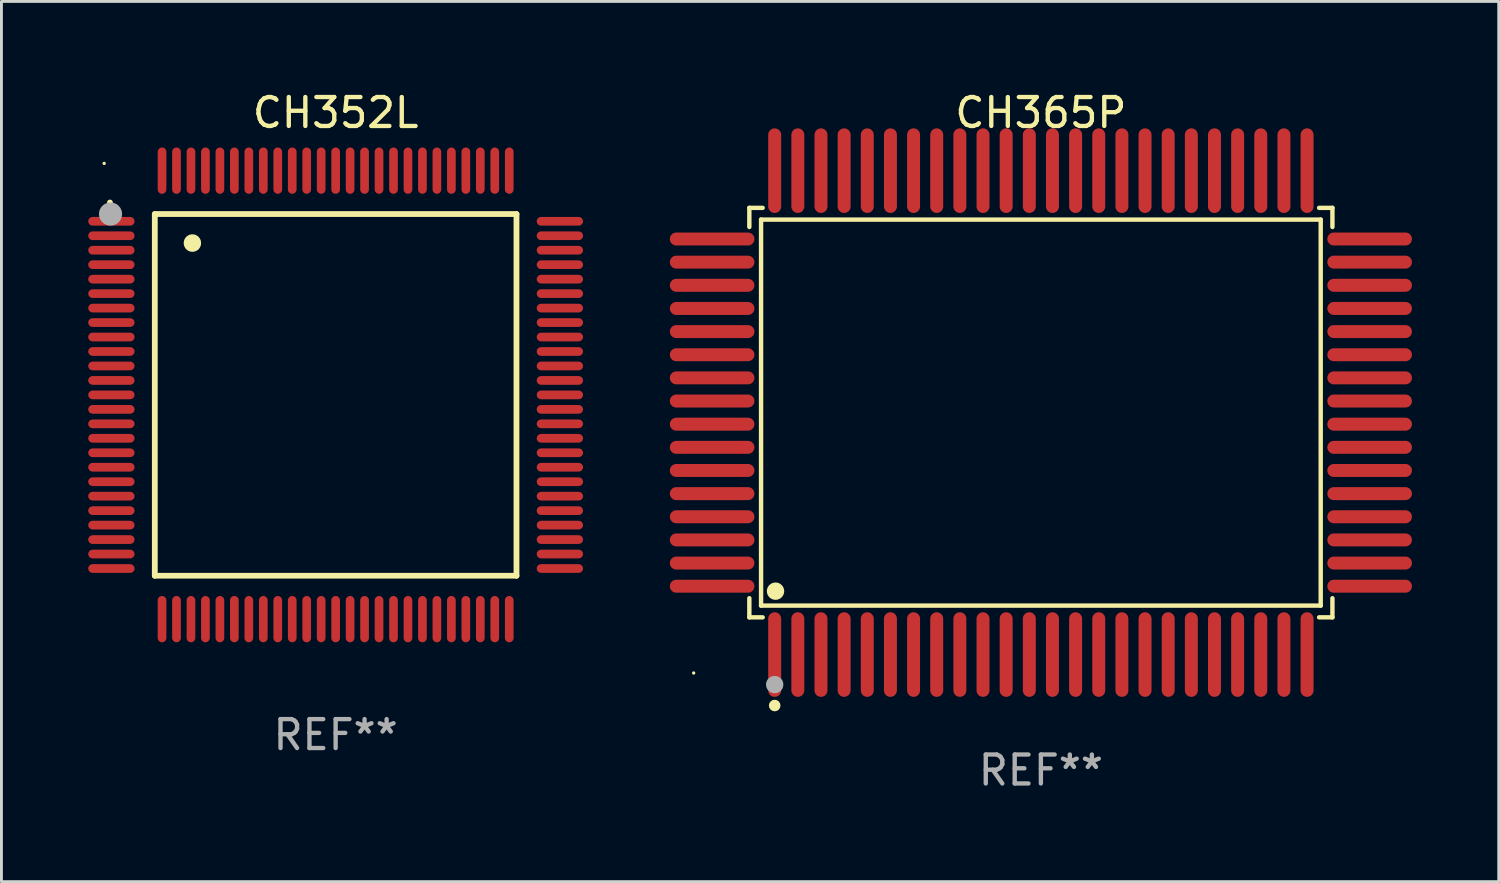
<source format=kicad_pcb>
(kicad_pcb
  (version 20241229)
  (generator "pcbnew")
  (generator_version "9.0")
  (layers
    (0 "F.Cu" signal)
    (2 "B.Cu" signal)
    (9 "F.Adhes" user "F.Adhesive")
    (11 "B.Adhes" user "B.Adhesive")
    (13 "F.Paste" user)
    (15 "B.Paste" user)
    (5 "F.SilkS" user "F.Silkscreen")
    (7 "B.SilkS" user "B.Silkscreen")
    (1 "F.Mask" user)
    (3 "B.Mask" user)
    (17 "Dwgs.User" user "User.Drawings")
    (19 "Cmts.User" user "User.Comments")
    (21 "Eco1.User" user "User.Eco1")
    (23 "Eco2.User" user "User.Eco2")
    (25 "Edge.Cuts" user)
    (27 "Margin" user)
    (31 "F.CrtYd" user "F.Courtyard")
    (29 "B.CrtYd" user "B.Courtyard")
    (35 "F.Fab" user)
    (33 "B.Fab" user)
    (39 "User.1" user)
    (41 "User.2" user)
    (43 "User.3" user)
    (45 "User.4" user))
  (footprint "CH352L"
    (layer "F.Cu")
    (at 8.55 10.598)
    (property "Reference" "CH352L" (at 0 -9.75 0) (layer "F.SilkS") (effects (font (size 1 1) (thickness 0.15))))
    (attr through_hole)
    (fp_line (start -6.25 -6.25) (end -6.25 6.25) (stroke (width 0.2) (type solid)) (layer "F.SilkS"))
    (fp_line (start -6.25 6.25) (end 6.25 6.25) (stroke (width 0.2) (type solid)) (layer "F.SilkS"))
    (fp_line (start 6.25 -6.25) (end -6.25 -6.25) (stroke (width 0.2) (type solid)) (layer "F.SilkS"))
    (fp_line (start 6.25 6.25) (end 6.25 -6.25) (stroke (width 0.2) (type solid)) (layer "F.SilkS"))
    (fp_arc (start -7.799568 -6.647625) (mid -7.799571 -6.648463) (end -7.799568 -6.649301) (stroke (width 0.2) (type solid)) (layer "F.SilkS"))
    (fp_arc (start -4.95047 -5.245111) (mid -4.950481 -5.247651) (end -4.95047 -5.250191) (stroke (width 0.6) (type solid)) (layer "F.SilkS"))
    (fp_circle (center -8 -8) (end -7.97 -8) (stroke (width 0.06) (type solid)) (fill no) (layer "F.SilkS"))
    (fp_circle (center -7.78 -6.25) (end -7.58 -6.25) (stroke (width 0.4) (type solid)) (fill no) (layer "F.Fab"))
    (fp_text user "REF**" (at 0 11.75 0) (layer "F.Fab") (effects (font (size 1 1) (thickness 0.15))))
    (pad "1" smd oval (at -7.75 -6 90) (size 0.3 1.6) (layers "F.Cu" "F.Mask" "F.Paste"))
    (pad "2" smd oval (at -7.75 -5.5 90) (size 0.3 1.6) (layers "F.Cu" "F.Mask" "F.Paste"))
    (pad "3" smd oval (at -7.75 -5 90) (size 0.3 1.6) (layers "F.Cu" "F.Mask" "F.Paste"))
    (pad "4" smd oval (at -7.75 -4.5 90) (size 0.3 1.6) (layers "F.Cu" "F.Mask" "F.Paste"))
    (pad "5" smd oval (at -7.75 -4 90) (size 0.3 1.6) (layers "F.Cu" "F.Mask" "F.Paste"))
    (pad "6" smd oval (at -7.75 -3.5 90) (size 0.3 1.6) (layers "F.Cu" "F.Mask" "F.Paste"))
    (pad "7" smd oval (at -7.75 -3 90) (size 0.3 1.6) (layers "F.Cu" "F.Mask" "F.Paste"))
    (pad "8" smd oval (at -7.75 -2.5 90) (size 0.3 1.6) (layers "F.Cu" "F.Mask" "F.Paste"))
    (pad "9" smd oval (at -7.75 -2 90) (size 0.3 1.6) (layers "F.Cu" "F.Mask" "F.Paste"))
    (pad "10" smd oval (at -7.75 -1.5 90) (size 0.3 1.6) (layers "F.Cu" "F.Mask" "F.Paste"))
    (pad "11" smd oval (at -7.75 -1 90) (size 0.3 1.6) (layers "F.Cu" "F.Mask" "F.Paste"))
    (pad "12" smd oval (at -7.75 -0.5 90) (size 0.3 1.6) (layers "F.Cu" "F.Mask" "F.Paste"))
    (pad "13" smd oval (at -7.75 0 90) (size 0.3 1.6) (layers "F.Cu" "F.Mask" "F.Paste"))
    (pad "14" smd oval (at -7.75 0.5 90) (size 0.3 1.6) (layers "F.Cu" "F.Mask" "F.Paste"))
    (pad "15" smd oval (at -7.75 1 90) (size 0.3 1.6) (layers "F.Cu" "F.Mask" "F.Paste"))
    (pad "16" smd oval (at -7.75 1.5 90) (size 0.3 1.6) (layers "F.Cu" "F.Mask" "F.Paste"))
    (pad "17" smd oval (at -7.75 2 90) (size 0.3 1.6) (layers "F.Cu" "F.Mask" "F.Paste"))
    (pad "18" smd oval (at -7.75 2.5 90) (size 0.3 1.6) (layers "F.Cu" "F.Mask" "F.Paste"))
    (pad "19" smd oval (at -7.75 3 90) (size 0.3 1.6) (layers "F.Cu" "F.Mask" "F.Paste"))
    (pad "20" smd oval (at -7.75 3.5 90) (size 0.3 1.6) (layers "F.Cu" "F.Mask" "F.Paste"))
    (pad "21" smd oval (at -7.75 4 90) (size 0.3 1.6) (layers "F.Cu" "F.Mask" "F.Paste"))
    (pad "22" smd oval (at -7.75 4.5 90) (size 0.3 1.6) (layers "F.Cu" "F.Mask" "F.Paste"))
    (pad "23" smd oval (at -7.75 5 90) (size 0.3 1.6) (layers "F.Cu" "F.Mask" "F.Paste"))
    (pad "24" smd oval (at -7.75 5.5 90) (size 0.3 1.6) (layers "F.Cu" "F.Mask" "F.Paste"))
    (pad "25" smd oval (at -7.75 6 90) (size 0.3 1.6) (layers "F.Cu" "F.Mask" "F.Paste"))
    (pad "26" smd oval (at -6 7.75) (size 0.3 1.6) (layers "F.Cu" "F.Mask" "F.Paste"))
    (pad "27" smd oval (at -5.5 7.75) (size 0.3 1.6) (layers "F.Cu" "F.Mask" "F.Paste"))
    (pad "28" smd oval (at -5 7.75) (size 0.3 1.6) (layers "F.Cu" "F.Mask" "F.Paste"))
    (pad "29" smd oval (at -4.5 7.75) (size 0.3 1.6) (layers "F.Cu" "F.Mask" "F.Paste"))
    (pad "30" smd oval (at -4 7.75) (size 0.3 1.6) (layers "F.Cu" "F.Mask" "F.Paste"))
    (pad "31" smd oval (at -3.5 7.75) (size 0.3 1.6) (layers "F.Cu" "F.Mask" "F.Paste"))
    (pad "32" smd oval (at -3 7.75) (size 0.3 1.6) (layers "F.Cu" "F.Mask" "F.Paste"))
    (pad "33" smd oval (at -2.5 7.75) (size 0.3 1.6) (layers "F.Cu" "F.Mask" "F.Paste"))
    (pad "34" smd oval (at -2 7.75) (size 0.3 1.6) (layers "F.Cu" "F.Mask" "F.Paste"))
    (pad "35" smd oval (at -1.5 7.75) (size 0.3 1.6) (layers "F.Cu" "F.Mask" "F.Paste"))
    (pad "36" smd oval (at -1 7.75) (size 0.3 1.6) (layers "F.Cu" "F.Mask" "F.Paste"))
    (pad "37" smd oval (at -0.5 7.75) (size 0.3 1.6) (layers "F.Cu" "F.Mask" "F.Paste"))
    (pad "38" smd oval (at 0 7.75) (size 0.3 1.6) (layers "F.Cu" "F.Mask" "F.Paste"))
    (pad "39" smd oval (at 0.5 7.75) (size 0.3 1.6) (layers "F.Cu" "F.Mask" "F.Paste"))
    (pad "40" smd oval (at 1 7.75) (size 0.3 1.6) (layers "F.Cu" "F.Mask" "F.Paste"))
    (pad "41" smd oval (at 1.5 7.75) (size 0.3 1.6) (layers "F.Cu" "F.Mask" "F.Paste"))
    (pad "42" smd oval (at 2 7.75) (size 0.3 1.6) (layers "F.Cu" "F.Mask" "F.Paste"))
    (pad "43" smd oval (at 2.5 7.75) (size 0.3 1.6) (layers "F.Cu" "F.Mask" "F.Paste"))
    (pad "44" smd oval (at 3 7.75) (size 0.3 1.6) (layers "F.Cu" "F.Mask" "F.Paste"))
    (pad "45" smd oval (at 3.5 7.75) (size 0.3 1.6) (layers "F.Cu" "F.Mask" "F.Paste"))
    (pad "46" smd oval (at 4 7.75) (size 0.3 1.6) (layers "F.Cu" "F.Mask" "F.Paste"))
    (pad "47" smd oval (at 4.5 7.75) (size 0.3 1.6) (layers "F.Cu" "F.Mask" "F.Paste"))
    (pad "48" smd oval (at 5 7.75) (size 0.3 1.6) (layers "F.Cu" "F.Mask" "F.Paste"))
    (pad "49" smd oval (at 5.5 7.75) (size 0.3 1.6) (layers "F.Cu" "F.Mask" "F.Paste"))
    (pad "50" smd oval (at 6 7.75) (size 0.3 1.6) (layers "F.Cu" "F.Mask" "F.Paste"))
    (pad "51" smd oval (at 7.75 6 90) (size 0.3 1.6) (layers "F.Cu" "F.Mask" "F.Paste"))
    (pad "52" smd oval (at 7.75 5.5 90) (size 0.3 1.6) (layers "F.Cu" "F.Mask" "F.Paste"))
    (pad "53" smd oval (at 7.75 5 90) (size 0.3 1.6) (layers "F.Cu" "F.Mask" "F.Paste"))
    (pad "54" smd oval (at 7.75 4.5 90) (size 0.3 1.6) (layers "F.Cu" "F.Mask" "F.Paste"))
    (pad "55" smd oval (at 7.75 4 90) (size 0.3 1.6) (layers "F.Cu" "F.Mask" "F.Paste"))
    (pad "56" smd oval (at 7.75 3.5 90) (size 0.3 1.6) (layers "F.Cu" "F.Mask" "F.Paste"))
    (pad "57" smd oval (at 7.75 3 90) (size 0.3 1.6) (layers "F.Cu" "F.Mask" "F.Paste"))
    (pad "58" smd oval (at 7.75 2.5 90) (size 0.3 1.6) (layers "F.Cu" "F.Mask" "F.Paste"))
    (pad "59" smd oval (at 7.75 2 90) (size 0.3 1.6) (layers "F.Cu" "F.Mask" "F.Paste"))
    (pad "60" smd oval (at 7.75 1.5 90) (size 0.3 1.6) (layers "F.Cu" "F.Mask" "F.Paste"))
    (pad "61" smd oval (at 7.75 1 90) (size 0.3 1.6) (layers "F.Cu" "F.Mask" "F.Paste"))
    (pad "62" smd oval (at 7.75 0.5 90) (size 0.3 1.6) (layers "F.Cu" "F.Mask" "F.Paste"))
    (pad "63" smd oval (at 7.75 0 90) (size 0.3 1.6) (layers "F.Cu" "F.Mask" "F.Paste"))
    (pad "64" smd oval (at 7.75 -0.5 90) (size 0.3 1.6) (layers "F.Cu" "F.Mask" "F.Paste"))
    (pad "65" smd oval (at 7.75 -1 90) (size 0.3 1.6) (layers "F.Cu" "F.Mask" "F.Paste"))
    (pad "66" smd oval (at 7.75 -1.5 90) (size 0.3 1.6) (layers "F.Cu" "F.Mask" "F.Paste"))
    (pad "67" smd oval (at 7.75 -2 90) (size 0.3 1.6) (layers "F.Cu" "F.Mask" "F.Paste"))
    (pad "68" smd oval (at 7.75 -2.5 90) (size 0.3 1.6) (layers "F.Cu" "F.Mask" "F.Paste"))
    (pad "69" smd oval (at 7.75 -3 90) (size 0.3 1.6) (layers "F.Cu" "F.Mask" "F.Paste"))
    (pad "70" smd oval (at 7.75 -3.5 90) (size 0.3 1.6) (layers "F.Cu" "F.Mask" "F.Paste"))
    (pad "71" smd oval (at 7.75 -4 90) (size 0.3 1.6) (layers "F.Cu" "F.Mask" "F.Paste"))
    (pad "72" smd oval (at 7.75 -4.5 90) (size 0.3 1.6) (layers "F.Cu" "F.Mask" "F.Paste"))
    (pad "73" smd oval (at 7.75 -5 90) (size 0.3 1.6) (layers "F.Cu" "F.Mask" "F.Paste"))
    (pad "74" smd oval (at 7.75 -5.5 90) (size 0.3 1.6) (layers "F.Cu" "F.Mask" "F.Paste"))
    (pad "75" smd oval (at 7.75 -6 90) (size 0.3 1.6) (layers "F.Cu" "F.Mask" "F.Paste"))
    (pad "76" smd oval (at 6 -7.75) (size 0.3 1.6) (layers "F.Cu" "F.Mask" "F.Paste"))
    (pad "77" smd oval (at 5.5 -7.75) (size 0.3 1.6) (layers "F.Cu" "F.Mask" "F.Paste"))
    (pad "78" smd oval (at 5 -7.75) (size 0.3 1.6) (layers "F.Cu" "F.Mask" "F.Paste"))
    (pad "79" smd oval (at 4.5 -7.75) (size 0.3 1.6) (layers "F.Cu" "F.Mask" "F.Paste"))
    (pad "80" smd oval (at 4 -7.75) (size 0.3 1.6) (layers "F.Cu" "F.Mask" "F.Paste"))
    (pad "81" smd oval (at 3.5 -7.75) (size 0.3 1.6) (layers "F.Cu" "F.Mask" "F.Paste"))
    (pad "82" smd oval (at 3 -7.75) (size 0.3 1.6) (layers "F.Cu" "F.Mask" "F.Paste"))
    (pad "83" smd oval (at 2.5 -7.75) (size 0.3 1.6) (layers "F.Cu" "F.Mask" "F.Paste"))
    (pad "84" smd oval (at 2 -7.75) (size 0.3 1.6) (layers "F.Cu" "F.Mask" "F.Paste"))
    (pad "85" smd oval (at 1.5 -7.75) (size 0.3 1.6) (layers "F.Cu" "F.Mask" "F.Paste"))
    (pad "86" smd oval (at 1 -7.75) (size 0.3 1.6) (layers "F.Cu" "F.Mask" "F.Paste"))
    (pad "87" smd oval (at 0.5 -7.75) (size 0.3 1.6) (layers "F.Cu" "F.Mask" "F.Paste"))
    (pad "88" smd oval (at 0 -7.75) (size 0.3 1.6) (layers "F.Cu" "F.Mask" "F.Paste"))
    (pad "89" smd oval (at -0.5 -7.75) (size 0.3 1.6) (layers "F.Cu" "F.Mask" "F.Paste"))
    (pad "90" smd oval (at -1 -7.75) (size 0.3 1.6) (layers "F.Cu" "F.Mask" "F.Paste"))
    (pad "91" smd oval (at -1.5 -7.75) (size 0.3 1.6) (layers "F.Cu" "F.Mask" "F.Paste"))
    (pad "92" smd oval (at -2 -7.75) (size 0.3 1.6) (layers "F.Cu" "F.Mask" "F.Paste"))
    (pad "93" smd oval (at -2.5 -7.75) (size 0.3 1.6) (layers "F.Cu" "F.Mask" "F.Paste"))
    (pad "94" smd oval (at -3 -7.75) (size 0.3 1.6) (layers "F.Cu" "F.Mask" "F.Paste"))
    (pad "95" smd oval (at -3.5 -7.75) (size 0.3 1.6) (layers "F.Cu" "F.Mask" "F.Paste"))
    (pad "96" smd oval (at -4 -7.75) (size 0.3 1.6) (layers "F.Cu" "F.Mask" "F.Paste"))
    (pad "97" smd oval (at -4.5 -7.75) (size 0.3 1.6) (layers "F.Cu" "F.Mask" "F.Paste"))
    (pad "98" smd oval (at -5 -7.75) (size 0.3 1.6) (layers "F.Cu" "F.Mask" "F.Paste"))
    (pad "99" smd oval (at -5.5 -7.75) (size 0.3 1.6) (layers "F.Cu" "F.Mask" "F.Paste"))
    (pad "100" smd oval (at -6 -7.75) (size 0.3 1.6) (layers "F.Cu" "F.Mask" "F.Paste")))
  (footprint "CH365P"
    (layer "F.Cu")
    (at 32.924 11.21)
    (property "Reference" "CH365P" (at 0 -10.362 0) (layer "F.SilkS") (effects (font (size 1 1) (thickness 0.15))))
    (attr through_hole)
    (fp_line (start -10.076 -7.076) (end -9.615 -7.076) (stroke (width 0.152) (type solid)) (layer "F.SilkS"))
    (fp_line (start -10.076 -6.415) (end -10.076 -7.076) (stroke (width 0.152) (type solid)) (layer "F.SilkS"))
    (fp_line (start -10.076 6.415) (end -10.076 7.076) (stroke (width 0.152) (type solid)) (layer "F.SilkS"))
    (fp_line (start -10.076 7.076) (end -9.615 7.076) (stroke (width 0.152) (type solid)) (layer "F.SilkS"))
    (fp_line (start -9.671 -6.671) (end 9.671 -6.671) (stroke (width 0.152) (type solid)) (layer "F.SilkS"))
    (fp_line (start -9.671 6.671) (end -9.671 -6.671) (stroke (width 0.152) (type solid)) (layer "F.SilkS"))
    (fp_line (start 9.671 -6.671) (end 9.671 6.671) (stroke (width 0.152) (type solid)) (layer "F.SilkS"))
    (fp_line (start 9.671 6.671) (end -9.671 6.671) (stroke (width 0.152) (type solid)) (layer "F.SilkS"))
    (fp_line (start 10.076 -7.076) (end 9.615 -7.076) (stroke (width 0.152) (type solid)) (layer "F.SilkS"))
    (fp_line (start 10.076 -6.415) (end 10.076 -7.076) (stroke (width 0.152) (type solid)) (layer "F.SilkS"))
    (fp_line (start 10.076 6.415) (end 10.076 7.076) (stroke (width 0.152) (type solid)) (layer "F.SilkS"))
    (fp_line (start 10.076 7.076) (end 9.615 7.076) (stroke (width 0.152) (type solid)) (layer "F.SilkS"))
    (fp_circle (center -12 9) (end -11.97 9) (stroke (width 0.06) (type solid)) (fill no) (layer "F.SilkS"))
    (fp_circle (center -9.2 10.124) (end -9.1 10.124) (stroke (width 0.2) (type solid)) (fill no) (layer "F.SilkS"))
    (fp_circle (center -9.171 6.171) (end -9.021 6.171) (stroke (width 0.3) (type solid)) (fill no) (layer "F.SilkS"))
    (fp_circle (center -9.2 9.4) (end -9.05 9.4) (stroke (width 0.3) (type solid)) (fill no) (layer "F.Fab"))
    (fp_text user "REF**" (at 0 12.362 0) (layer "F.Fab") (effects (font (size 1 1) (thickness 0.15))))
    (pad "1" smd oval (at -9.2 8.362) (size 0.448 2.924) (layers "F.Cu" "F.Mask" "F.Paste"))
    (pad "2" smd oval (at -8.4 8.362) (size 0.448 2.924) (layers "F.Cu" "F.Mask" "F.Paste"))
    (pad "3" smd oval (at -7.6 8.362) (size 0.448 2.924) (layers "F.Cu" "F.Mask" "F.Paste"))
    (pad "4" smd oval (at -6.8 8.362) (size 0.448 2.924) (layers "F.Cu" "F.Mask" "F.Paste"))
    (pad "5" smd oval (at -6 8.362) (size 0.448 2.924) (layers "F.Cu" "F.Mask" "F.Paste"))
    (pad "6" smd oval (at -5.2 8.362) (size 0.448 2.924) (layers "F.Cu" "F.Mask" "F.Paste"))
    (pad "7" smd oval (at -4.4 8.362) (size 0.448 2.924) (layers "F.Cu" "F.Mask" "F.Paste"))
    (pad "8" smd oval (at -3.6 8.362) (size 0.448 2.924) (layers "F.Cu" "F.Mask" "F.Paste"))
    (pad "9" smd oval (at -2.8 8.362) (size 0.448 2.924) (layers "F.Cu" "F.Mask" "F.Paste"))
    (pad "10" smd oval (at -2 8.362) (size 0.448 2.924) (layers "F.Cu" "F.Mask" "F.Paste"))
    (pad "11" smd oval (at -1.2 8.362) (size 0.448 2.924) (layers "F.Cu" "F.Mask" "F.Paste"))
    (pad "12" smd oval (at -0.4 8.362) (size 0.448 2.924) (layers "F.Cu" "F.Mask" "F.Paste"))
    (pad "13" smd oval (at 0.4 8.362) (size 0.448 2.924) (layers "F.Cu" "F.Mask" "F.Paste"))
    (pad "14" smd oval (at 1.2 8.362) (size 0.448 2.924) (layers "F.Cu" "F.Mask" "F.Paste"))
    (pad "15" smd oval (at 2 8.362) (size 0.448 2.924) (layers "F.Cu" "F.Mask" "F.Paste"))
    (pad "16" smd oval (at 2.8 8.362) (size 0.448 2.924) (layers "F.Cu" "F.Mask" "F.Paste"))
    (pad "17" smd oval (at 3.6 8.362) (size 0.448 2.924) (layers "F.Cu" "F.Mask" "F.Paste"))
    (pad "18" smd oval (at 4.4 8.362) (size 0.448 2.924) (layers "F.Cu" "F.Mask" "F.Paste"))
    (pad "19" smd oval (at 5.2 8.362) (size 0.448 2.924) (layers "F.Cu" "F.Mask" "F.Paste"))
    (pad "20" smd oval (at 6 8.362) (size 0.448 2.924) (layers "F.Cu" "F.Mask" "F.Paste"))
    (pad "21" smd oval (at 6.8 8.362) (size 0.448 2.924) (layers "F.Cu" "F.Mask" "F.Paste"))
    (pad "22" smd oval (at 7.6 8.362) (size 0.448 2.924) (layers "F.Cu" "F.Mask" "F.Paste"))
    (pad "23" smd oval (at 8.4 8.362) (size 0.448 2.924) (layers "F.Cu" "F.Mask" "F.Paste"))
    (pad "24" smd oval (at 9.2 8.362) (size 0.448 2.924) (layers "F.Cu" "F.Mask" "F.Paste"))
    (pad "25" smd oval (at 11.362 6) (size 2.924 0.448) (layers "F.Cu" "F.Mask" "F.Paste"))
    (pad "26" smd oval (at 11.362 5.2) (size 2.924 0.448) (layers "F.Cu" "F.Mask" "F.Paste"))
    (pad "27" smd oval (at 11.362 4.4) (size 2.924 0.448) (layers "F.Cu" "F.Mask" "F.Paste"))
    (pad "28" smd oval (at 11.362 3.6) (size 2.924 0.448) (layers "F.Cu" "F.Mask" "F.Paste"))
    (pad "29" smd oval (at 11.362 2.8) (size 2.924 0.448) (layers "F.Cu" "F.Mask" "F.Paste"))
    (pad "30" smd oval (at 11.362 2) (size 2.924 0.448) (layers "F.Cu" "F.Mask" "F.Paste"))
    (pad "31" smd oval (at 11.362 1.2) (size 2.924 0.448) (layers "F.Cu" "F.Mask" "F.Paste"))
    (pad "32" smd oval (at 11.362 0.4) (size 2.924 0.448) (layers "F.Cu" "F.Mask" "F.Paste"))
    (pad "33" smd oval (at 11.362 -0.4) (size 2.924 0.448) (layers "F.Cu" "F.Mask" "F.Paste"))
    (pad "34" smd oval (at 11.362 -1.2) (size 2.924 0.448) (layers "F.Cu" "F.Mask" "F.Paste"))
    (pad "35" smd oval (at 11.362 -2) (size 2.924 0.448) (layers "F.Cu" "F.Mask" "F.Paste"))
    (pad "36" smd oval (at 11.362 -2.8) (size 2.924 0.448) (layers "F.Cu" "F.Mask" "F.Paste"))
    (pad "37" smd oval (at 11.362 -3.6) (size 2.924 0.448) (layers "F.Cu" "F.Mask" "F.Paste"))
    (pad "38" smd oval (at 11.362 -4.4) (size 2.924 0.448) (layers "F.Cu" "F.Mask" "F.Paste"))
    (pad "39" smd oval (at 11.362 -5.2) (size 2.924 0.448) (layers "F.Cu" "F.Mask" "F.Paste"))
    (pad "40" smd oval (at 11.362 -6) (size 2.924 0.448) (layers "F.Cu" "F.Mask" "F.Paste"))
    (pad "41" smd oval (at 9.2 -8.362) (size 0.448 2.924) (layers "F.Cu" "F.Mask" "F.Paste"))
    (pad "42" smd oval (at 8.4 -8.362) (size 0.448 2.924) (layers "F.Cu" "F.Mask" "F.Paste"))
    (pad "43" smd oval (at 7.6 -8.362) (size 0.448 2.924) (layers "F.Cu" "F.Mask" "F.Paste"))
    (pad "44" smd oval (at 6.8 -8.362) (size 0.448 2.924) (layers "F.Cu" "F.Mask" "F.Paste"))
    (pad "45" smd oval (at 6 -8.362) (size 0.448 2.924) (layers "F.Cu" "F.Mask" "F.Paste"))
    (pad "46" smd oval (at 5.2 -8.362) (size 0.448 2.924) (layers "F.Cu" "F.Mask" "F.Paste"))
    (pad "47" smd oval (at 4.4 -8.362) (size 0.448 2.924) (layers "F.Cu" "F.Mask" "F.Paste"))
    (pad "48" smd oval (at 3.6 -8.362) (size 0.448 2.924) (layers "F.Cu" "F.Mask" "F.Paste"))
    (pad "49" smd oval (at 2.8 -8.362) (size 0.448 2.924) (layers "F.Cu" "F.Mask" "F.Paste"))
    (pad "50" smd oval (at 2 -8.362) (size 0.448 2.924) (layers "F.Cu" "F.Mask" "F.Paste"))
    (pad "51" smd oval (at 1.2 -8.362) (size 0.448 2.924) (layers "F.Cu" "F.Mask" "F.Paste"))
    (pad "52" smd oval (at 0.4 -8.362) (size 0.448 2.924) (layers "F.Cu" "F.Mask" "F.Paste"))
    (pad "53" smd oval (at -0.4 -8.362) (size 0.448 2.924) (layers "F.Cu" "F.Mask" "F.Paste"))
    (pad "54" smd oval (at -1.2 -8.362) (size 0.448 2.924) (layers "F.Cu" "F.Mask" "F.Paste"))
    (pad "55" smd oval (at -2 -8.362) (size 0.448 2.924) (layers "F.Cu" "F.Mask" "F.Paste"))
    (pad "56" smd oval (at -2.8 -8.362) (size 0.448 2.924) (layers "F.Cu" "F.Mask" "F.Paste"))
    (pad "57" smd oval (at -3.6 -8.362) (size 0.448 2.924) (layers "F.Cu" "F.Mask" "F.Paste"))
    (pad "58" smd oval (at -4.4 -8.362) (size 0.448 2.924) (layers "F.Cu" "F.Mask" "F.Paste"))
    (pad "59" smd oval (at -5.2 -8.362) (size 0.448 2.924) (layers "F.Cu" "F.Mask" "F.Paste"))
    (pad "60" smd oval (at -6 -8.362) (size 0.448 2.924) (layers "F.Cu" "F.Mask" "F.Paste"))
    (pad "61" smd oval (at -6.8 -8.362) (size 0.448 2.924) (layers "F.Cu" "F.Mask" "F.Paste"))
    (pad "62" smd oval (at -7.6 -8.362) (size 0.448 2.924) (layers "F.Cu" "F.Mask" "F.Paste"))
    (pad "63" smd oval (at -8.4 -8.362) (size 0.448 2.924) (layers "F.Cu" "F.Mask" "F.Paste"))
    (pad "64" smd oval (at -9.2 -8.362) (size 0.448 2.924) (layers "F.Cu" "F.Mask" "F.Paste"))
    (pad "65" smd oval (at -11.362 -6) (size 2.924 0.448) (layers "F.Cu" "F.Mask" "F.Paste"))
    (pad "66" smd oval (at -11.362 -5.2) (size 2.924 0.448) (layers "F.Cu" "F.Mask" "F.Paste"))
    (pad "67" smd oval (at -11.362 -4.4) (size 2.924 0.448) (layers "F.Cu" "F.Mask" "F.Paste"))
    (pad "68" smd oval (at -11.362 -3.6) (size 2.924 0.448) (layers "F.Cu" "F.Mask" "F.Paste"))
    (pad "69" smd oval (at -11.362 -2.8) (size 2.924 0.448) (layers "F.Cu" "F.Mask" "F.Paste"))
    (pad "70" smd oval (at -11.362 -2) (size 2.924 0.448) (layers "F.Cu" "F.Mask" "F.Paste"))
    (pad "71" smd oval (at -11.362 -1.2) (size 2.924 0.448) (layers "F.Cu" "F.Mask" "F.Paste"))
    (pad "72" smd oval (at -11.362 -0.4) (size 2.924 0.448) (layers "F.Cu" "F.Mask" "F.Paste"))
    (pad "73" smd oval (at -11.362 0.4) (size 2.924 0.448) (layers "F.Cu" "F.Mask" "F.Paste"))
    (pad "74" smd oval (at -11.362 1.2) (size 2.924 0.448) (layers "F.Cu" "F.Mask" "F.Paste"))
    (pad "75" smd oval (at -11.362 2) (size 2.924 0.448) (layers "F.Cu" "F.Mask" "F.Paste"))
    (pad "76" smd oval (at -11.362 2.8) (size 2.924 0.448) (layers "F.Cu" "F.Mask" "F.Paste"))
    (pad "77" smd oval (at -11.362 3.6) (size 2.924 0.448) (layers "F.Cu" "F.Mask" "F.Paste"))
    (pad "78" smd oval (at -11.362 4.4) (size 2.924 0.448) (layers "F.Cu" "F.Mask" "F.Paste"))
    (pad "79" smd oval (at -11.362 5.2) (size 2.924 0.448) (layers "F.Cu" "F.Mask" "F.Paste"))
    (pad "80" smd oval (at -11.362 6) (size 2.924 0.448) (layers "F.Cu" "F.Mask" "F.Paste")))
  (gr_rect
    (start -3 -3)
    (end 48.748 27.42)
    (stroke (width 0.1) (type default))
    (fill no)
    (layer "Edge.Cuts")))
</source>
